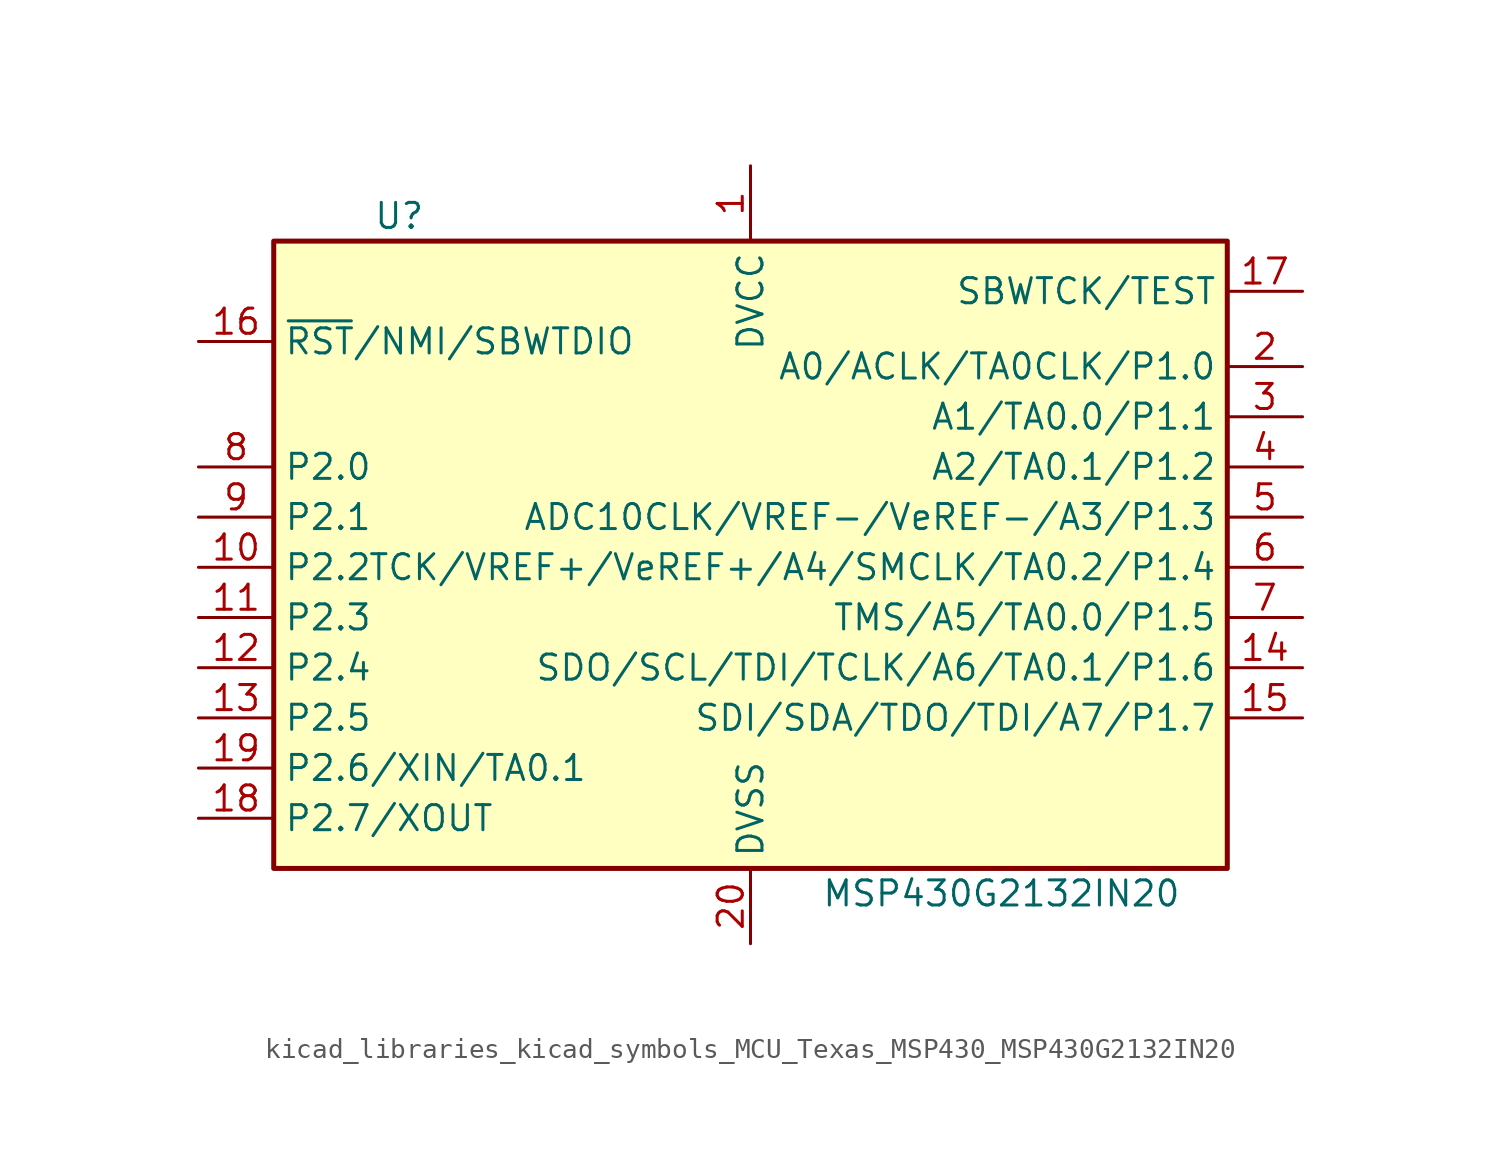
<source format=kicad_sym>
(kicad_symbol_lib
  (version 20220914)
  (generator kicad_symbol_editor)
  (symbol "kicad_libraries_kicad_symbols_MCU_Texas_MSP430_MSP430G2132IN20"
    (property "Reference" "U"
      (at -17.78 17.78 0)
      (effects (font (size 1.27 1.27))))
    (property "Value" "MSP430G2132IN20"
      (at 12.7 -16.51 0)
      (effects (font (size 1.27 1.27))))
    (symbol "kicad_libraries_kicad_symbols_MCU_Texas_MSP430_MSP430G2132IN20_0_1"
      (rectangle (start -24.13 16.51) (end 24.13 -15.24) (stroke (width 0.254) (type default)) (fill (type background))))
    (symbol "kicad_libraries_kicad_symbols_MCU_Texas_MSP430_MSP430G2132IN20_1_1"
      (pin power_in line (at 0 20.32 270) (length 3.81) (name "DVCC" (effects (font (size 1.27 1.27)))) (number "1" (effects (font (size 1.27 1.27)))))
      (pin bidirectional line (at -27.94 0 0) (length 3.81) (name "P2.2" (effects (font (size 1.27 1.27)))) (number "10" (effects (font (size 1.27 1.27)))))
      (pin bidirectional line (at -27.94 -2.54 0) (length 3.81) (name "P2.3" (effects (font (size 1.27 1.27)))) (number "11" (effects (font (size 1.27 1.27)))))
      (pin bidirectional line (at -27.94 -5.08 0) (length 3.81) (name "P2.4" (effects (font (size 1.27 1.27)))) (number "12" (effects (font (size 1.27 1.27)))))
      (pin bidirectional line (at -27.94 -7.62 0) (length 3.81) (name "P2.5" (effects (font (size 1.27 1.27)))) (number "13" (effects (font (size 1.27 1.27)))))
      (pin bidirectional line (at 27.94 -5.08 180) (length 3.81) (name "SDO/SCL/TDI/TCLK/A6/TA0.1/P1.6" (effects (font (size 1.27 1.27)))) (number "14" (effects (font (size 1.27 1.27)))))
      (pin bidirectional line (at 27.94 -7.62 180) (length 3.81) (name "SDI/SDA/TDO/TDI/A7/P1.7" (effects (font (size 1.27 1.27)))) (number "15" (effects (font (size 1.27 1.27)))))
      (pin input line (at -27.94 11.43 0) (length 3.81) (name "~{RST}/NMI/SBWTDIO" (effects (font (size 1.27 1.27)))) (number "16" (effects (font (size 1.27 1.27)))))
      (pin input line (at 27.94 13.97 180) (length 3.81) (name "SBWTCK/TEST" (effects (font (size 1.27 1.27)))) (number "17" (effects (font (size 1.27 1.27)))))
      (pin bidirectional line (at -27.94 -12.7 0) (length 3.81) (name "P2.7/XOUT" (effects (font (size 1.27 1.27)))) (number "18" (effects (font (size 1.27 1.27)))))
      (pin bidirectional line (at -27.94 -10.16 0) (length 3.81) (name "P2.6/XIN/TA0.1" (effects (font (size 1.27 1.27)))) (number "19" (effects (font (size 1.27 1.27)))))
      (pin bidirectional line (at 27.94 10.16 180) (length 3.81) (name "A0/ACLK/TA0CLK/P1.0" (effects (font (size 1.27 1.27)))) (number "2" (effects (font (size 1.27 1.27)))))
      (pin power_in line (at 0 -19.05 90) (length 3.81) (name "DVSS" (effects (font (size 1.27 1.27)))) (number "20" (effects (font (size 1.27 1.27)))))
      (pin bidirectional line (at 27.94 7.62 180) (length 3.81) (name "A1/TA0.0/P1.1" (effects (font (size 1.27 1.27)))) (number "3" (effects (font (size 1.27 1.27)))))
      (pin bidirectional line (at 27.94 5.08 180) (length 3.81) (name "A2/TA0.1/P1.2" (effects (font (size 1.27 1.27)))) (number "4" (effects (font (size 1.27 1.27)))))
      (pin bidirectional line (at 27.94 2.54 180) (length 3.81) (name "ADC10CLK/VREF-/VeREF-/A3/P1.3" (effects (font (size 1.27 1.27)))) (number "5" (effects (font (size 1.27 1.27)))))
      (pin bidirectional line (at 27.94 0 180) (length 3.81) (name "TCK/VREF+/VeREF+/A4/SMCLK/TA0.2/P1.4" (effects (font (size 1.27 1.27)))) (number "6" (effects (font (size 1.27 1.27)))))
      (pin bidirectional line (at 27.94 -2.54 180) (length 3.81) (name "TMS/A5/TA0.0/P1.5" (effects (font (size 1.27 1.27)))) (number "7" (effects (font (size 1.27 1.27)))))
      (pin bidirectional line (at -27.94 5.08 0) (length 3.81) (name "P2.0" (effects (font (size 1.27 1.27)))) (number "8" (effects (font (size 1.27 1.27)))))
      (pin bidirectional line (at -27.94 2.54 0) (length 3.81) (name "P2.1" (effects (font (size 1.27 1.27)))) (number "9" (effects (font (size 1.27 1.27))))))))
</source>
